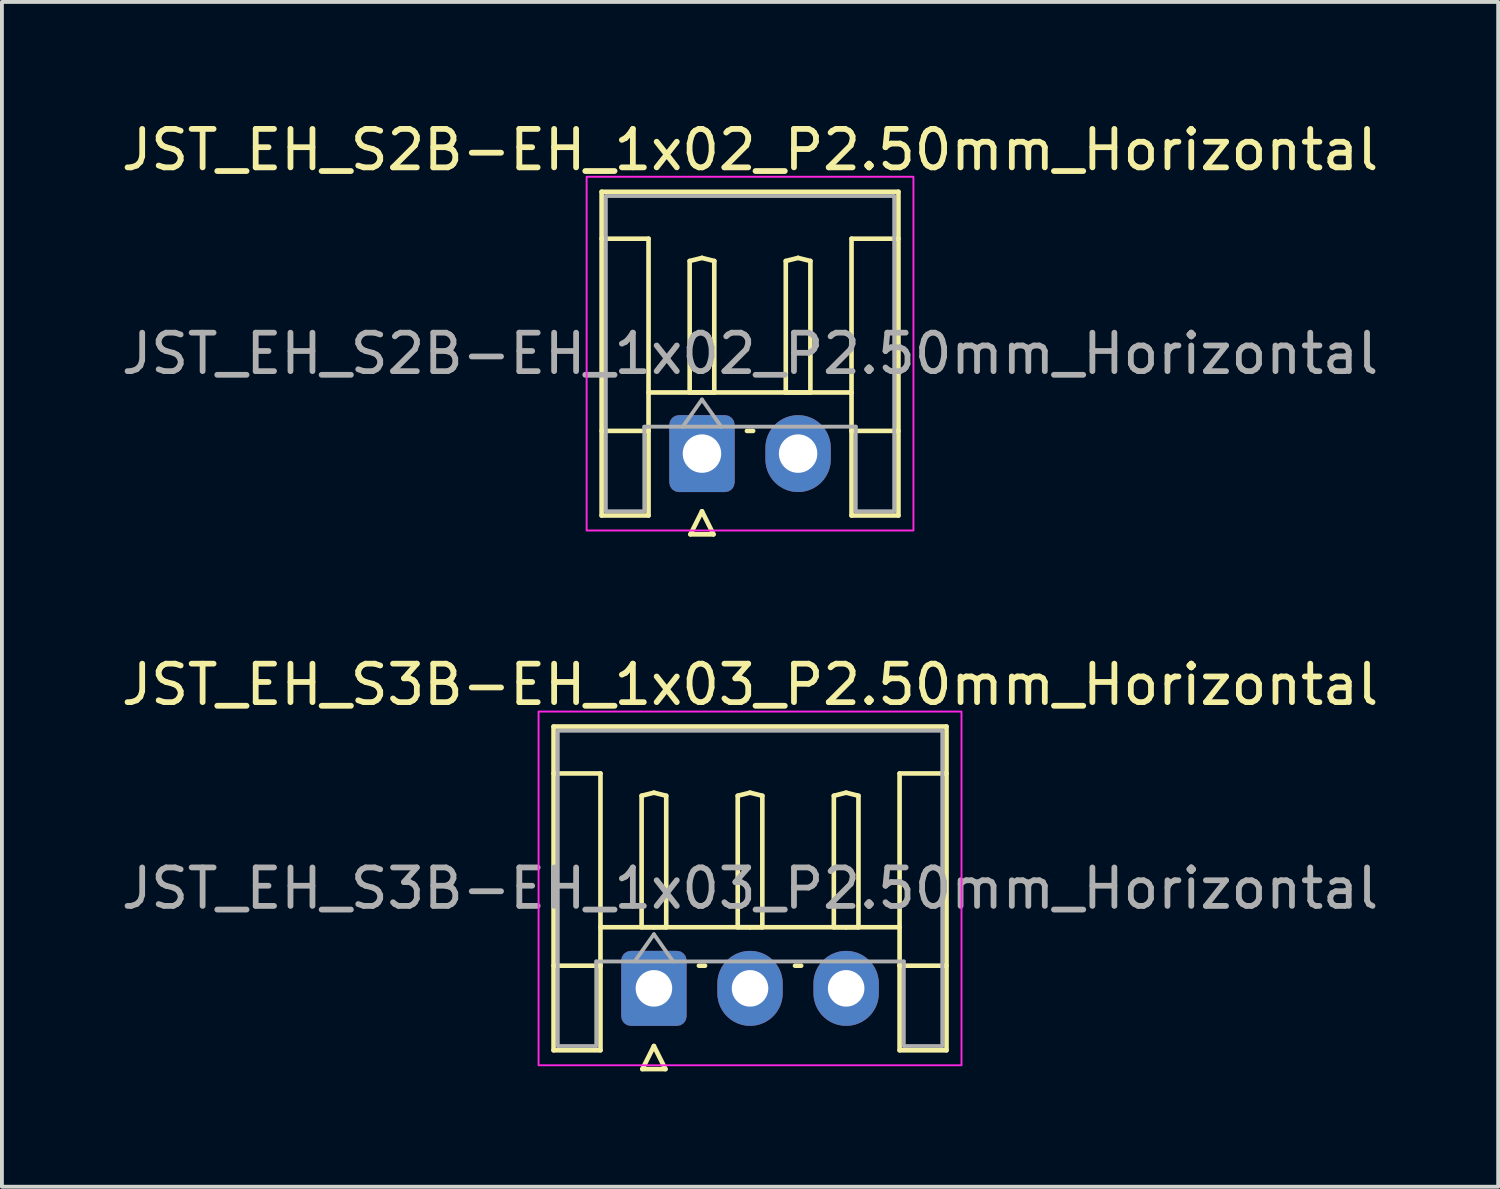
<source format=kicad_pcb>
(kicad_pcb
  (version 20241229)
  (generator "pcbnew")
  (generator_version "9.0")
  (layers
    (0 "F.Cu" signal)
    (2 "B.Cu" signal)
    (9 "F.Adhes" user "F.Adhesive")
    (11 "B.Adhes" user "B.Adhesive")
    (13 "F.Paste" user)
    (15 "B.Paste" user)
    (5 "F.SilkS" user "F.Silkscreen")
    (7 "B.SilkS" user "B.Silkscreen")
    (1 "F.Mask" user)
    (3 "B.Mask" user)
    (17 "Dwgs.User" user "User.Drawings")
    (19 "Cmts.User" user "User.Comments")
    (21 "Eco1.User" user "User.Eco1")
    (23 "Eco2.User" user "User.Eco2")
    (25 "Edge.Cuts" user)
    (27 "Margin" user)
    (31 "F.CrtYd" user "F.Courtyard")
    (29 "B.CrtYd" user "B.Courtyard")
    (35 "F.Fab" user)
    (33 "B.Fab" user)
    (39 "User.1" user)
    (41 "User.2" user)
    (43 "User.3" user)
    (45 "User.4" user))
  (footprint "JST_EH_S3B-EH_1x03_P2.50mm_Horizontal"
    (layer "F.Cu")
    (at 13.958 22.657)
    (property "Reference" "JST_EH_S3B-EH_1x03_P2.50mm_Horizontal" (at 2.5 -7.9 0) (layer "F.SilkS") (effects (font (size 1 1) (thickness 0.15))))
    (attr through_hole)
    (fp_line (start -2.61 -6.81) (end 7.61 -6.81) (stroke (width 0.12) (type solid)) (layer "F.SilkS"))
    (fp_line (start -2.61 -5.59) (end -1.39 -5.59) (stroke (width 0.12) (type solid)) (layer "F.SilkS"))
    (fp_line (start -2.61 1.61) (end -2.61 -6.81) (stroke (width 0.12) (type solid)) (layer "F.SilkS"))
    (fp_line (start -1.39 -5.59) (end -1.39 -0.59) (stroke (width 0.12) (type solid)) (layer "F.SilkS"))
    (fp_line (start -1.39 -1.59) (end 6.39 -1.59) (stroke (width 0.12) (type solid)) (layer "F.SilkS"))
    (fp_line (start -1.39 -0.59) (end -2.61 -0.59) (stroke (width 0.12) (type solid)) (layer "F.SilkS"))
    (fp_line (start -1.39 -0.59) (end -1.39 1.61) (stroke (width 0.12) (type solid)) (layer "F.SilkS"))
    (fp_line (start -1.39 1.61) (end -2.61 1.61) (stroke (width 0.12) (type solid)) (layer "F.SilkS"))
    (fp_line (start -0.32 -5.01) (end 0 -5.09) (stroke (width 0.12) (type solid)) (layer "F.SilkS"))
    (fp_line (start -0.32 -1.59) (end -0.32 -5.01) (stroke (width 0.12) (type solid)) (layer "F.SilkS"))
    (fp_line (start -0.3 2.1) (end 0.3 2.1) (stroke (width 0.12) (type solid)) (layer "F.SilkS"))
    (fp_line (start 0 -5.09) (end 0.32 -5.01) (stroke (width 0.12) (type solid)) (layer "F.SilkS"))
    (fp_line (start 0 -1.59) (end -0.32 -1.59) (stroke (width 0.12) (type solid)) (layer "F.SilkS"))
    (fp_line (start 0 1.5) (end -0.3 2.1) (stroke (width 0.12) (type solid)) (layer "F.SilkS"))
    (fp_line (start 0.3 2.1) (end 0 1.5) (stroke (width 0.12) (type solid)) (layer "F.SilkS"))
    (fp_line (start 0.32 -5.01) (end 0.32 -1.59) (stroke (width 0.12) (type solid)) (layer "F.SilkS"))
    (fp_line (start 0.32 -1.59) (end 0 -1.59) (stroke (width 0.12) (type solid)) (layer "F.SilkS"))
    (fp_line (start 1.17 -0.59) (end 1.33 -0.59) (stroke (width 0.12) (type solid)) (layer "F.SilkS"))
    (fp_line (start 2.18 -5.01) (end 2.5 -5.09) (stroke (width 0.12) (type solid)) (layer "F.SilkS"))
    (fp_line (start 2.18 -1.59) (end 2.18 -5.01) (stroke (width 0.12) (type solid)) (layer "F.SilkS"))
    (fp_line (start 2.5 -5.09) (end 2.82 -5.01) (stroke (width 0.12) (type solid)) (layer "F.SilkS"))
    (fp_line (start 2.5 -1.59) (end 2.18 -1.59) (stroke (width 0.12) (type solid)) (layer "F.SilkS"))
    (fp_line (start 2.82 -5.01) (end 2.82 -1.59) (stroke (width 0.12) (type solid)) (layer "F.SilkS"))
    (fp_line (start 2.82 -1.59) (end 2.5 -1.59) (stroke (width 0.12) (type solid)) (layer "F.SilkS"))
    (fp_line (start 3.67 -0.59) (end 3.83 -0.59) (stroke (width 0.12) (type solid)) (layer "F.SilkS"))
    (fp_line (start 4.68 -5.01) (end 5 -5.09) (stroke (width 0.12) (type solid)) (layer "F.SilkS"))
    (fp_line (start 4.68 -1.59) (end 4.68 -5.01) (stroke (width 0.12) (type solid)) (layer "F.SilkS"))
    (fp_line (start 5 -5.09) (end 5.32 -5.01) (stroke (width 0.12) (type solid)) (layer "F.SilkS"))
    (fp_line (start 5 -1.59) (end 4.68 -1.59) (stroke (width 0.12) (type solid)) (layer "F.SilkS"))
    (fp_line (start 5.32 -5.01) (end 5.32 -1.59) (stroke (width 0.12) (type solid)) (layer "F.SilkS"))
    (fp_line (start 5.32 -1.59) (end 5 -1.59) (stroke (width 0.12) (type solid)) (layer "F.SilkS"))
    (fp_line (start 6.39 -5.59) (end 6.39 -0.59) (stroke (width 0.12) (type solid)) (layer "F.SilkS"))
    (fp_line (start 6.39 -0.59) (end 7.61 -0.59) (stroke (width 0.12) (type solid)) (layer "F.SilkS"))
    (fp_line (start 6.39 1.61) (end 6.39 -0.59) (stroke (width 0.12) (type solid)) (layer "F.SilkS"))
    (fp_line (start 7.61 -6.81) (end 7.61 1.61) (stroke (width 0.12) (type solid)) (layer "F.SilkS"))
    (fp_line (start 7.61 -5.59) (end 6.39 -5.59) (stroke (width 0.12) (type solid)) (layer "F.SilkS"))
    (fp_line (start 7.61 1.61) (end 6.39 1.61) (stroke (width 0.12) (type solid)) (layer "F.SilkS"))
    (fp_rect (start -3 -7.2) (end 8 2) (stroke (width 0.05) (type solid)) (fill no) (layer "F.CrtYd"))
    (fp_line (start -2.5 -6.7) (end 7.5 -6.7) (stroke (width 0.1) (type solid)) (layer "F.Fab"))
    (fp_line (start -2.5 1.5) (end -2.5 -6.7) (stroke (width 0.1) (type solid)) (layer "F.Fab"))
    (fp_line (start -1.5 -0.7) (end -1.5 1.5) (stroke (width 0.1) (type solid)) (layer "F.Fab"))
    (fp_line (start -1.5 1.5) (end -2.5 1.5) (stroke (width 0.1) (type solid)) (layer "F.Fab"))
    (fp_line (start -0.5 -0.7) (end 0 -1.407) (stroke (width 0.1) (type solid)) (layer "F.Fab"))
    (fp_line (start 0 -1.407) (end 0.5 -0.7) (stroke (width 0.1) (type solid)) (layer "F.Fab"))
    (fp_line (start 6.5 -0.7) (end -1.5 -0.7) (stroke (width 0.1) (type solid)) (layer "F.Fab"))
    (fp_line (start 6.5 1.5) (end 6.5 -0.7) (stroke (width 0.1) (type solid)) (layer "F.Fab"))
    (fp_line (start 7.5 -6.7) (end 7.5 1.5) (stroke (width 0.1) (type solid)) (layer "F.Fab"))
    (fp_line (start 7.5 1.5) (end 6.5 1.5) (stroke (width 0.1) (type solid)) (layer "F.Fab"))
    (fp_text user "${REFERENCE}" (at 2.5 -2.6 0) (layer "F.Fab") (effects (font (size 1 1) (thickness 0.15))))
    (pad "1" thru_hole roundrect (at 0 0) (size 1.7 1.95) (drill 0.95) (layers "*.Cu" "*.Mask") (roundrect_rratio 0.147))
    (pad "2" thru_hole oval (at 2.5 0) (size 1.7 1.95) (drill 0.95) (layers "*.Cu" "*.Mask"))
    (pad "3" thru_hole oval (at 5 0) (size 1.7 1.95) (drill 0.95) (layers "*.Cu" "*.Mask")))
  (footprint "JST_EH_S2B-EH_1x02_P2.50mm_Horizontal"
    (layer "F.Cu")
    (at 15.208 8.748)
    (property "Reference" "JST_EH_S2B-EH_1x02_P2.50mm_Horizontal" (at 1.25 -7.9 0) (layer "F.SilkS") (effects (font (size 1 1) (thickness 0.15))))
    (attr through_hole)
    (fp_line (start -2.61 -6.81) (end 5.11 -6.81) (stroke (width 0.12) (type solid)) (layer "F.SilkS"))
    (fp_line (start -2.61 -5.59) (end -1.39 -5.59) (stroke (width 0.12) (type solid)) (layer "F.SilkS"))
    (fp_line (start -2.61 1.61) (end -2.61 -6.81) (stroke (width 0.12) (type solid)) (layer "F.SilkS"))
    (fp_line (start -1.39 -5.59) (end -1.39 -0.59) (stroke (width 0.12) (type solid)) (layer "F.SilkS"))
    (fp_line (start -1.39 -1.59) (end 3.89 -1.59) (stroke (width 0.12) (type solid)) (layer "F.SilkS"))
    (fp_line (start -1.39 -0.59) (end -2.61 -0.59) (stroke (width 0.12) (type solid)) (layer "F.SilkS"))
    (fp_line (start -1.39 -0.59) (end -1.39 1.61) (stroke (width 0.12) (type solid)) (layer "F.SilkS"))
    (fp_line (start -1.39 1.61) (end -2.61 1.61) (stroke (width 0.12) (type solid)) (layer "F.SilkS"))
    (fp_line (start -0.32 -5.01) (end 0 -5.09) (stroke (width 0.12) (type solid)) (layer "F.SilkS"))
    (fp_line (start -0.32 -1.59) (end -0.32 -5.01) (stroke (width 0.12) (type solid)) (layer "F.SilkS"))
    (fp_line (start -0.3 2.1) (end 0.3 2.1) (stroke (width 0.12) (type solid)) (layer "F.SilkS"))
    (fp_line (start 0 -5.09) (end 0.32 -5.01) (stroke (width 0.12) (type solid)) (layer "F.SilkS"))
    (fp_line (start 0 -1.59) (end -0.32 -1.59) (stroke (width 0.12) (type solid)) (layer "F.SilkS"))
    (fp_line (start 0 1.5) (end -0.3 2.1) (stroke (width 0.12) (type solid)) (layer "F.SilkS"))
    (fp_line (start 0.3 2.1) (end 0 1.5) (stroke (width 0.12) (type solid)) (layer "F.SilkS"))
    (fp_line (start 0.32 -5.01) (end 0.32 -1.59) (stroke (width 0.12) (type solid)) (layer "F.SilkS"))
    (fp_line (start 0.32 -1.59) (end 0 -1.59) (stroke (width 0.12) (type solid)) (layer "F.SilkS"))
    (fp_line (start 1.17 -0.59) (end 1.33 -0.59) (stroke (width 0.12) (type solid)) (layer "F.SilkS"))
    (fp_line (start 2.18 -5.01) (end 2.5 -5.09) (stroke (width 0.12) (type solid)) (layer "F.SilkS"))
    (fp_line (start 2.18 -1.59) (end 2.18 -5.01) (stroke (width 0.12) (type solid)) (layer "F.SilkS"))
    (fp_line (start 2.5 -5.09) (end 2.82 -5.01) (stroke (width 0.12) (type solid)) (layer "F.SilkS"))
    (fp_line (start 2.5 -1.59) (end 2.18 -1.59) (stroke (width 0.12) (type solid)) (layer "F.SilkS"))
    (fp_line (start 2.82 -5.01) (end 2.82 -1.59) (stroke (width 0.12) (type solid)) (layer "F.SilkS"))
    (fp_line (start 2.82 -1.59) (end 2.5 -1.59) (stroke (width 0.12) (type solid)) (layer "F.SilkS"))
    (fp_line (start 3.89 -5.59) (end 3.89 -0.59) (stroke (width 0.12) (type solid)) (layer "F.SilkS"))
    (fp_line (start 3.89 -0.59) (end 5.11 -0.59) (stroke (width 0.12) (type solid)) (layer "F.SilkS"))
    (fp_line (start 3.89 1.61) (end 3.89 -0.59) (stroke (width 0.12) (type solid)) (layer "F.SilkS"))
    (fp_line (start 5.11 -6.81) (end 5.11 1.61) (stroke (width 0.12) (type solid)) (layer "F.SilkS"))
    (fp_line (start 5.11 -5.59) (end 3.89 -5.59) (stroke (width 0.12) (type solid)) (layer "F.SilkS"))
    (fp_line (start 5.11 1.61) (end 3.89 1.61) (stroke (width 0.12) (type solid)) (layer "F.SilkS"))
    (fp_rect (start -3 -7.2) (end 5.5 2) (stroke (width 0.05) (type solid)) (fill no) (layer "F.CrtYd"))
    (fp_line (start -2.5 -6.7) (end 5 -6.7) (stroke (width 0.1) (type solid)) (layer "F.Fab"))
    (fp_line (start -2.5 1.5) (end -2.5 -6.7) (stroke (width 0.1) (type solid)) (layer "F.Fab"))
    (fp_line (start -1.5 -0.7) (end -1.5 1.5) (stroke (width 0.1) (type solid)) (layer "F.Fab"))
    (fp_line (start -1.5 1.5) (end -2.5 1.5) (stroke (width 0.1) (type solid)) (layer "F.Fab"))
    (fp_line (start -0.5 -0.7) (end 0 -1.407) (stroke (width 0.1) (type solid)) (layer "F.Fab"))
    (fp_line (start 0 -1.407) (end 0.5 -0.7) (stroke (width 0.1) (type solid)) (layer "F.Fab"))
    (fp_line (start 4 -0.7) (end -1.5 -0.7) (stroke (width 0.1) (type solid)) (layer "F.Fab"))
    (fp_line (start 4 1.5) (end 4 -0.7) (stroke (width 0.1) (type solid)) (layer "F.Fab"))
    (fp_line (start 5 -6.7) (end 5 1.5) (stroke (width 0.1) (type solid)) (layer "F.Fab"))
    (fp_line (start 5 1.5) (end 4 1.5) (stroke (width 0.1) (type solid)) (layer "F.Fab"))
    (fp_text user "${REFERENCE}" (at 1.25 -2.6 0) (layer "F.Fab") (effects (font (size 1 1) (thickness 0.15))))
    (pad "1" thru_hole roundrect (at 0 0) (size 1.7 2) (drill 1) (layers "*.Cu" "*.Mask") (roundrect_rratio 0.147))
    (pad "2" thru_hole oval (at 2.5 0) (size 1.7 2) (drill 1) (layers "*.Cu" "*.Mask")))
  (gr_rect
    (start -3 -3)
    (end 35.917 27.817)
    (stroke (width 0.1) (type default))
    (fill no)
    (layer "Edge.Cuts")))
</source>
